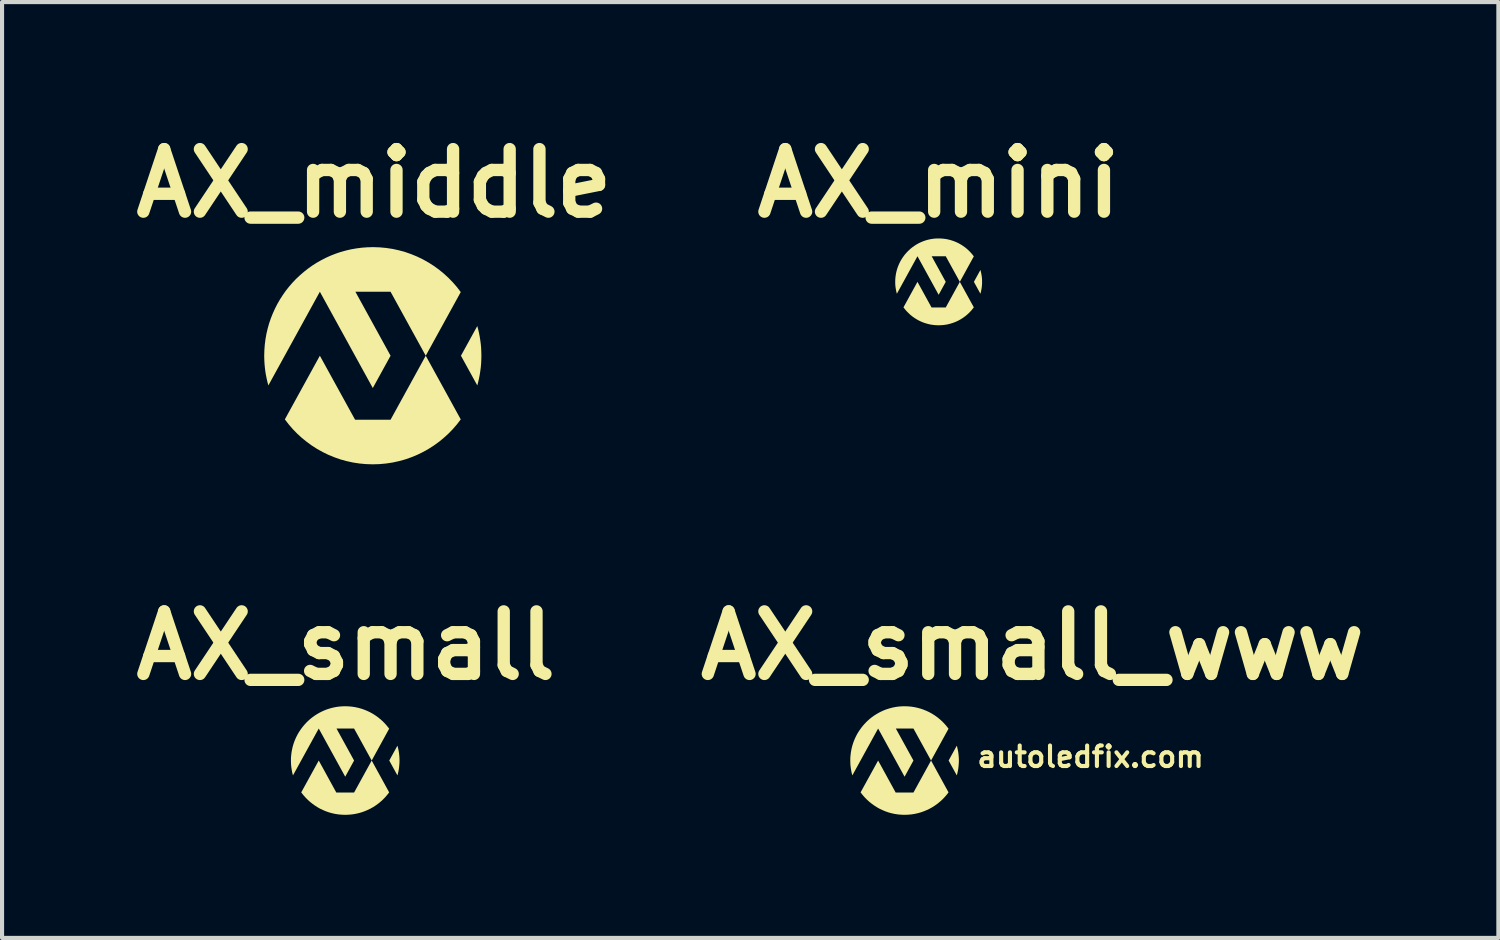
<source format=kicad_pcb>
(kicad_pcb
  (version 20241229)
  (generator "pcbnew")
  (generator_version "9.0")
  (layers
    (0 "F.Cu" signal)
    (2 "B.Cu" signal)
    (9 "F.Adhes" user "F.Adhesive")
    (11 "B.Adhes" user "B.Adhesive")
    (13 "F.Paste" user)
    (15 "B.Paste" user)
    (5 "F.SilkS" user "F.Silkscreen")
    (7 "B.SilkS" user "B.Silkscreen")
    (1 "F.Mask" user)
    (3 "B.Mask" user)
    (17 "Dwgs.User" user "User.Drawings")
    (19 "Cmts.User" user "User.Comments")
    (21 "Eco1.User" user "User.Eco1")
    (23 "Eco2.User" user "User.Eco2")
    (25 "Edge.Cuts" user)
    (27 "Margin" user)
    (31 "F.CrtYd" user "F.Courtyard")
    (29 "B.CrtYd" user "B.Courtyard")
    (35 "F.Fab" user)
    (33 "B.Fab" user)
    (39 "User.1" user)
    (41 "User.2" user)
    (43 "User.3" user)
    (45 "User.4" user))
  (footprint "AX_small_www"
    (layer "F.Cu")
    (at 22.108 15.482)
    (property "Reference" "AX_small_www" (at 0 -2.8 0) (layer "F.SilkS") (effects (font (size 1.524 1.524) (thickness 0.3))))
    (attr board_only exclude_from_pos_files exclude_from_bom)
    (fp_poly (pts (xy -1.832 -0.319) (xy -1.822 -0.275) (xy -1.813 -0.23) (xy -1.806 -0.185) (xy -1.801 -0.139) (xy -1.797 -0.093) (xy -1.794 -0.047) (xy -1.793 0) (xy -1.794 0.047) (xy -1.797 0.093) (xy -1.801 0.139) (xy -1.806 0.185) (xy -1.813 0.23) (xy -1.822 0.275) (xy -1.832 0.319) (xy -1.844 0.362) (xy -2.043 0) (xy -1.844 -0.362)) (stroke (width -0.000001) (type solid)) (fill yes) (layer "F.SilkS"))
    (fp_poly (pts (xy -2.045 0.776) (xy -2.092 0.836) (xy -2.142 0.894) (xy -2.195 0.949) (xy -2.252 1.001) (xy -2.311 1.049) (xy -2.373 1.094) (xy -2.438 1.136) (xy -2.506 1.174) (xy -2.575 1.207) (xy -2.647 1.237) (xy -2.721 1.263) (xy -2.797 1.284) (xy -2.875 1.301) (xy -2.954 1.313) (xy -3.034 1.32) (xy -3.116 1.323) (xy -3.198 1.32) (xy -3.279 1.313) (xy -3.358 1.301) (xy -3.436 1.284) (xy -3.512 1.263) (xy -3.586 1.237) (xy -3.657 1.207) (xy -3.727 1.174) (xy -3.794 1.136) (xy -3.859 1.094) (xy -3.921 1.049) (xy -3.981 1.001) (xy -4.037 0.949) (xy -4.091 0.894) (xy -4.141 0.836) (xy -4.188 0.776) (xy -3.761 0) (xy -3.333 0.78) (xy -2.9 0.78) (xy -2.471 0)) (stroke (width -0.000001) (type solid)) (fill yes) (layer "F.SilkS"))
    (fp_poly (pts (xy -3.034 -1.32) (xy -2.954 -1.313) (xy -2.875 -1.301) (xy -2.797 -1.284) (xy -2.721 -1.263) (xy -2.647 -1.237) (xy -2.575 -1.207) (xy -2.506 -1.174) (xy -2.438 -1.136) (xy -2.373 -1.094) (xy -2.311 -1.049) (xy -2.252 -1.001) (xy -2.195 -0.949) (xy -2.142 -0.894) (xy -2.092 -0.836) (xy -2.045 -0.776) (xy -2.471 0) (xy -2.9 -0.78) (xy -3.329 -0.78) (xy -2.9 0) (xy -3.116 0.394) (xy -3.761 -0.78) (xy -4.389 0.362) (xy -4.401 0.319) (xy -4.411 0.275) (xy -4.419 0.23) (xy -4.426 0.185) (xy -4.432 0.139) (xy -4.436 0.093) (xy -4.438 0.047) (xy -4.439 0) (xy -4.438 -0.068) (xy -4.432 -0.135) (xy -4.424 -0.201) (xy -4.412 -0.266) (xy -4.398 -0.33) (xy -4.38 -0.393) (xy -4.359 -0.455) (xy -4.335 -0.515) (xy -4.309 -0.573) (xy -4.28 -0.63) (xy -4.248 -0.686) (xy -4.213 -0.739) (xy -4.176 -0.791) (xy -4.137 -0.841) (xy -4.095 -0.889) (xy -4.052 -0.935) (xy -4.006 -0.979) (xy -3.958 -1.021) (xy -3.908 -1.06) (xy -3.856 -1.097) (xy -3.802 -1.131) (xy -3.747 -1.163) (xy -3.69 -1.192) (xy -3.631 -1.219) (xy -3.571 -1.243) (xy -3.51 -1.263) (xy -3.447 -1.281) (xy -3.383 -1.296) (xy -3.318 -1.308) (xy -3.252 -1.316) (xy -3.184 -1.321) (xy -3.116 -1.323)) (stroke (width -0.000001) (type solid)) (fill yes) (layer "F.SilkS"))
    (fp_text user "autoledfix.com" (at -1.4 0.2 0) (unlocked yes) (layer "F.SilkS") (effects (font (size 0.5 0.5) (thickness 0.1)) (justify left bottom))))
  (footprint "AX_mini"
    (layer "F.Cu")
    (at 19.822 3.818)
    (property "Reference" "AX_mini" (at 0 -2.4 0) (layer "F.SilkS") (effects (font (size 1.524 1.524) (thickness 0.3))))
    (attr board_only exclude_from_pos_files exclude_from_bom)
    (fp_poly (pts (xy 1.027 -0.255) (xy 1.035 -0.22) (xy 1.042 -0.184) (xy 1.048 -0.148) (xy 1.053 -0.111) (xy 1.056 -0.075) (xy 1.058 -0.037) (xy 1.058 0.000001) (xy 1.058 0.037) (xy 1.056 0.075) (xy 1.053 0.111) (xy 1.048 0.148) (xy 1.042 0.184) (xy 1.035 0.22) (xy 1.027 0.255) (xy 1.018 0.29) (xy 0.859 0.000001) (xy 1.018 -0.29)) (stroke (width -0.000001) (type solid)) (fill yes) (layer "F.SilkS"))
    (fp_poly (pts (xy 0.857 0.621) (xy 0.82 0.669) (xy 0.78 0.715) (xy 0.737 0.759) (xy 0.692 0.801) (xy 0.644 0.84) (xy 0.594 0.876) (xy 0.542 0.909) (xy 0.489 0.939) (xy 0.433 0.966) (xy 0.375 0.99) (xy 0.316 1.01) (xy 0.256 1.027) (xy 0.193 1.041) (xy 0.13 1.05) (xy 0.066 1.056) (xy 0.000001 1.058) (xy -0.066 1.056) (xy -0.13 1.05) (xy -0.193 1.041) (xy -0.256 1.027) (xy -0.316 1.01) (xy -0.375 0.99) (xy -0.433 0.966) (xy -0.489 0.939) (xy -0.542 0.909) (xy -0.594 0.876) (xy -0.644 0.84) (xy -0.692 0.801) (xy -0.737 0.759) (xy -0.78 0.715) (xy -0.82 0.669) (xy -0.857 0.621) (xy -0.516 0.000001) (xy -0.173 0.624) (xy 0.173 0.624) (xy 0.516 0.000001)) (stroke (width -0.000001) (type solid)) (fill yes) (layer "F.SilkS"))
    (fp_poly (pts (xy 0.066 -1.056) (xy 0.13 -1.05) (xy 0.193 -1.041) (xy 0.256 -1.027) (xy 0.316 -1.01) (xy 0.375 -0.99) (xy 0.433 -0.966) (xy 0.489 -0.939) (xy 0.542 -0.909) (xy 0.594 -0.876) (xy 0.644 -0.84) (xy 0.692 -0.801) (xy 0.737 -0.759) (xy 0.78 -0.715) (xy 0.82 -0.669) (xy 0.857 -0.621) (xy 0.516 0.000001) (xy 0.173 -0.624) (xy -0.17 -0.624) (xy 0.173 0.000001) (xy 0.000001 0.315) (xy -0.516 -0.624) (xy -1.018 0.29) (xy -1.027 0.255) (xy -1.035 0.22) (xy -1.042 0.184) (xy -1.048 0.148) (xy -1.053 0.111) (xy -1.056 0.075) (xy -1.058 0.037) (xy -1.058 0.000001) (xy -1.057 -0.054) (xy -1.053 -0.108) (xy -1.046 -0.161) (xy -1.037 -0.213) (xy -1.025 -0.264) (xy -1.011 -0.315) (xy -0.994 -0.364) (xy -0.975 -0.412) (xy -0.954 -0.459) (xy -0.931 -0.504) (xy -0.905 -0.549) (xy -0.877 -0.592) (xy -0.848 -0.633) (xy -0.817 -0.673) (xy -0.783 -0.711) (xy -0.748 -0.748) (xy -0.711 -0.783) (xy -0.673 -0.817) (xy -0.633 -0.848) (xy -0.592 -0.877) (xy -0.549 -0.905) (xy -0.504 -0.931) (xy -0.459 -0.954) (xy -0.412 -0.975) (xy -0.364 -0.994) (xy -0.315 -1.011) (xy -0.264 -1.025) (xy -0.213 -1.037) (xy -0.161 -1.046) (xy -0.108 -1.053) (xy -0.054 -1.057) (xy 0.000001 -1.058)) (stroke (width -0.000001) (type solid)) (fill yes) (layer "F.SilkS")))
  (footprint "AX_middle"
    (layer "F.Cu")
    (at 6.067 5.618)
    (property "Reference" "AX_middle" (at 0 -4.2 0) (layer "F.SilkS") (effects (font (size 1.524 1.524) (thickness 0.3))))
    (attr board_only exclude_from_pos_files exclude_from_bom)
    (fp_poly (pts (xy 2.536 -0.637) (xy 2.556 -0.549) (xy 2.573 -0.46) (xy 2.587 -0.37) (xy 2.599 -0.279) (xy 2.607 -0.187) (xy 2.611 -0.094) (xy 2.613 0) (xy 2.611 0.094) (xy 2.607 0.187) (xy 2.599 0.279) (xy 2.587 0.37) (xy 2.573 0.46) (xy 2.556 0.549) (xy 2.536 0.637) (xy 2.513 0.724) (xy 2.115 0) (xy 2.513 -0.724)) (stroke (width -0.000001) (type solid)) (fill yes) (layer "F.SilkS"))
    (fp_poly (pts (xy 2.11 1.551) (xy 2.017 1.673) (xy 1.916 1.789) (xy 1.809 1.899) (xy 1.696 2.002) (xy 1.578 2.099) (xy 1.453 2.189) (xy 1.323 2.272) (xy 1.189 2.347) (xy 1.049 2.415) (xy 0.906 2.474) (xy 0.758 2.526) (xy 0.606 2.568) (xy 0.451 2.602) (xy 0.293 2.626) (xy 0.131 2.641) (xy -0.033 2.646) (xy -0.197 2.641) (xy -0.358 2.626) (xy -0.516 2.602) (xy -0.672 2.568) (xy -0.823 2.526) (xy -0.971 2.474) (xy -1.115 2.415) (xy -1.254 2.347) (xy -1.389 2.272) (xy -1.519 2.189) (xy -1.643 2.099) (xy -1.762 2.002) (xy -1.875 1.899) (xy -1.982 1.789) (xy -2.082 1.673) (xy -2.176 1.551) (xy -1.323 0) (xy -0.465 1.559) (xy 0.4 1.559) (xy 1.257 0)) (stroke (width -0.000001) (type solid)) (fill yes) (layer "F.SilkS"))
    (fp_poly (pts (xy 0.131 -2.641) (xy 0.293 -2.626) (xy 0.451 -2.602) (xy 0.606 -2.568) (xy 0.758 -2.526) (xy 0.906 -2.474) (xy 1.049 -2.415) (xy 1.189 -2.347) (xy 1.323 -2.272) (xy 1.453 -2.189) (xy 1.578 -2.099) (xy 1.696 -2.002) (xy 1.809 -1.899) (xy 1.916 -1.789) (xy 2.017 -1.673) (xy 2.11 -1.551) (xy 1.257 0) (xy 0.4 -1.559) (xy -0.457 -1.559) (xy 0.4 0) (xy -0.033 0.787) (xy -1.323 -1.559) (xy -2.578 0.724) (xy -2.601 0.637) (xy -2.621 0.549) (xy -2.639 0.46) (xy -2.653 0.37) (xy -2.664 0.279) (xy -2.672 0.187) (xy -2.677 0.094) (xy -2.679 0) (xy -2.675 -0.136) (xy -2.665 -0.27) (xy -2.648 -0.403) (xy -2.625 -0.533) (xy -2.595 -0.661) (xy -2.56 -0.786) (xy -2.518 -0.909) (xy -2.47 -1.029) (xy -2.417 -1.147) (xy -2.359 -1.261) (xy -2.295 -1.372) (xy -2.226 -1.479) (xy -2.153 -1.583) (xy -2.074 -1.683) (xy -1.991 -1.779) (xy -1.903 -1.871) (xy -1.811 -1.958) (xy -1.715 -2.041) (xy -1.615 -2.12) (xy -1.512 -2.194) (xy -1.404 -2.263) (xy -1.293 -2.326) (xy -1.179 -2.385) (xy -1.062 -2.438) (xy -0.942 -2.485) (xy -0.819 -2.527) (xy -0.694 -2.562) (xy -0.566 -2.592) (xy -0.435 -2.615) (xy -0.303 -2.632) (xy -0.169 -2.642) (xy -0.033 -2.646)) (stroke (width -0.000001) (type solid)) (fill yes) (layer "F.SilkS")))
  (footprint "AX_small"
    (layer "F.Cu")
    (at 5.378 15.482)
    (property "Reference" "AX_small" (at 0 -2.8 0) (layer "F.SilkS") (effects (font (size 1.524 1.524) (thickness 0.3))))
    (attr board_only exclude_from_pos_files exclude_from_bom)
    (fp_poly (pts (xy 1.268 -0.319) (xy 1.278 -0.275) (xy 1.287 -0.23) (xy 1.294 -0.185) (xy 1.299 -0.139) (xy 1.303 -0.093) (xy 1.306 -0.047) (xy 1.307 0) (xy 1.306 0.047) (xy 1.303 0.093) (xy 1.299 0.139) (xy 1.294 0.185) (xy 1.287 0.23) (xy 1.278 0.275) (xy 1.268 0.319) (xy 1.256 0.362) (xy 1.057 0) (xy 1.256 -0.362)) (stroke (width -0.000001) (type solid)) (fill yes) (layer "F.SilkS"))
    (fp_poly (pts (xy 1.055 0.776) (xy 1.008 0.836) (xy 0.958 0.894) (xy 0.905 0.949) (xy 0.848 1.001) (xy 0.789 1.049) (xy 0.727 1.094) (xy 0.662 1.136) (xy 0.594 1.174) (xy 0.525 1.207) (xy 0.453 1.237) (xy 0.379 1.263) (xy 0.303 1.284) (xy 0.225 1.301) (xy 0.146 1.313) (xy 0.066 1.32) (xy -0.016 1.323) (xy -0.098 1.32) (xy -0.179 1.313) (xy -0.258 1.301) (xy -0.336 1.284) (xy -0.412 1.263) (xy -0.486 1.237) (xy -0.557 1.207) (xy -0.627 1.174) (xy -0.694 1.136) (xy -0.759 1.094) (xy -0.821 1.049) (xy -0.881 1.001) (xy -0.937 0.949) (xy -0.991 0.894) (xy -1.041 0.836) (xy -1.088 0.776) (xy -0.661 0) (xy -0.233 0.78) (xy 0.2 0.78) (xy 0.629 0)) (stroke (width -0.000001) (type solid)) (fill yes) (layer "F.SilkS"))
    (fp_poly (pts (xy 0.066 -1.32) (xy 0.146 -1.313) (xy 0.225 -1.301) (xy 0.303 -1.284) (xy 0.379 -1.263) (xy 0.453 -1.237) (xy 0.525 -1.207) (xy 0.594 -1.174) (xy 0.662 -1.136) (xy 0.727 -1.094) (xy 0.789 -1.049) (xy 0.848 -1.001) (xy 0.905 -0.949) (xy 0.958 -0.894) (xy 1.008 -0.836) (xy 1.055 -0.776) (xy 0.629 0) (xy 0.2 -0.78) (xy -0.229 -0.78) (xy 0.2 0) (xy -0.016 0.394) (xy -0.661 -0.78) (xy -1.289 0.362) (xy -1.301 0.319) (xy -1.311 0.275) (xy -1.319 0.23) (xy -1.326 0.185) (xy -1.332 0.139) (xy -1.336 0.093) (xy -1.338 0.047) (xy -1.339 0) (xy -1.338 -0.068) (xy -1.332 -0.135) (xy -1.324 -0.201) (xy -1.312 -0.266) (xy -1.298 -0.33) (xy -1.28 -0.393) (xy -1.259 -0.455) (xy -1.235 -0.515) (xy -1.209 -0.573) (xy -1.18 -0.63) (xy -1.148 -0.686) (xy -1.113 -0.739) (xy -1.076 -0.791) (xy -1.037 -0.841) (xy -0.995 -0.889) (xy -0.952 -0.935) (xy -0.906 -0.979) (xy -0.858 -1.021) (xy -0.808 -1.06) (xy -0.756 -1.097) (xy -0.702 -1.131) (xy -0.647 -1.163) (xy -0.59 -1.192) (xy -0.531 -1.219) (xy -0.471 -1.243) (xy -0.41 -1.263) (xy -0.347 -1.281) (xy -0.283 -1.296) (xy -0.218 -1.308) (xy -0.152 -1.316) (xy -0.084 -1.321) (xy -0.016 -1.323)) (stroke (width -0.000001) (type solid)) (fill yes) (layer "F.SilkS")))
  (gr_rect
    (start -3 -3)
    (end 33.461 19.805)
    (stroke (width 0.1) (type default))
    (fill no)
    (layer "Edge.Cuts")))
</source>
